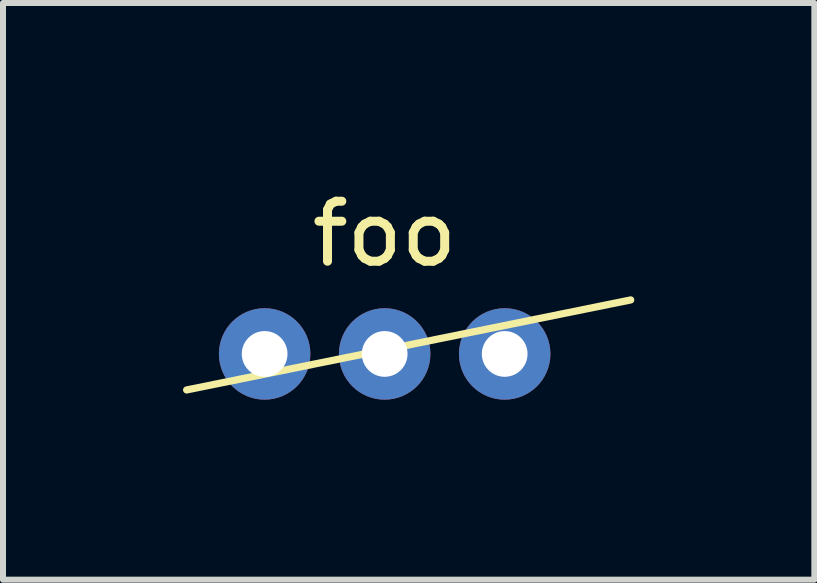
<source format=kicad_pcb>
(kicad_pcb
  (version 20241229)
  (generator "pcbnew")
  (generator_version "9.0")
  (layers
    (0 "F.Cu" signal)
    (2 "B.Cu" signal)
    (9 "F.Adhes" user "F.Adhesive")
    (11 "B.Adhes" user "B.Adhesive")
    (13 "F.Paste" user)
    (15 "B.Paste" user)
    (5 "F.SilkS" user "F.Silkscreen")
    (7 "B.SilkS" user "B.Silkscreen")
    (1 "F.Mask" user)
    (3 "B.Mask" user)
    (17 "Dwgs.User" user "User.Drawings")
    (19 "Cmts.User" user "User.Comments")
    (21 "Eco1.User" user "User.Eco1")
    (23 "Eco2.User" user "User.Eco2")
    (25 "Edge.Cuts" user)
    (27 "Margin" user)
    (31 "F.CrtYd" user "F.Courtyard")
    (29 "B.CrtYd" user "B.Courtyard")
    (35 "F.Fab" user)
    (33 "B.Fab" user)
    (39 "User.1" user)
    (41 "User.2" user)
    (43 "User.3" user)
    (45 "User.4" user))
  (footprint "foo"
    (layer "F.Cu")
    (at 3.36 2.848)
    (property "Reference" "foo" (at 0 -2 0) (layer "F.SilkS") (effects (font (size 1 1) (thickness 0.15))))
    (attr through_hole)
    (fp_line (start -3.3 0.6) (end 4.1 -0.9) (stroke (width 0.12) (type solid)) (layer "F.SilkS"))
    (pad "1" thru_hole circle (at -2 0) (size 1.524 1.524) (drill 0.762) (layers "*.Cu" "*.Mask"))
    (pad "2" thru_hole circle (at 0 0) (size 1.524 1.524) (drill 0.762) (layers "*.Cu" "*.Mask"))
    (pad "3" thru_hole circle (at 2 0) (size 1.524 1.524) (drill 0.762) (layers "*.Cu" "*.Mask")))
  (gr_rect
    (start -3 -3)
    (end 10.52 6.61)
    (stroke (width 0.1) (type default))
    (fill no)
    (layer "Edge.Cuts")))
</source>
